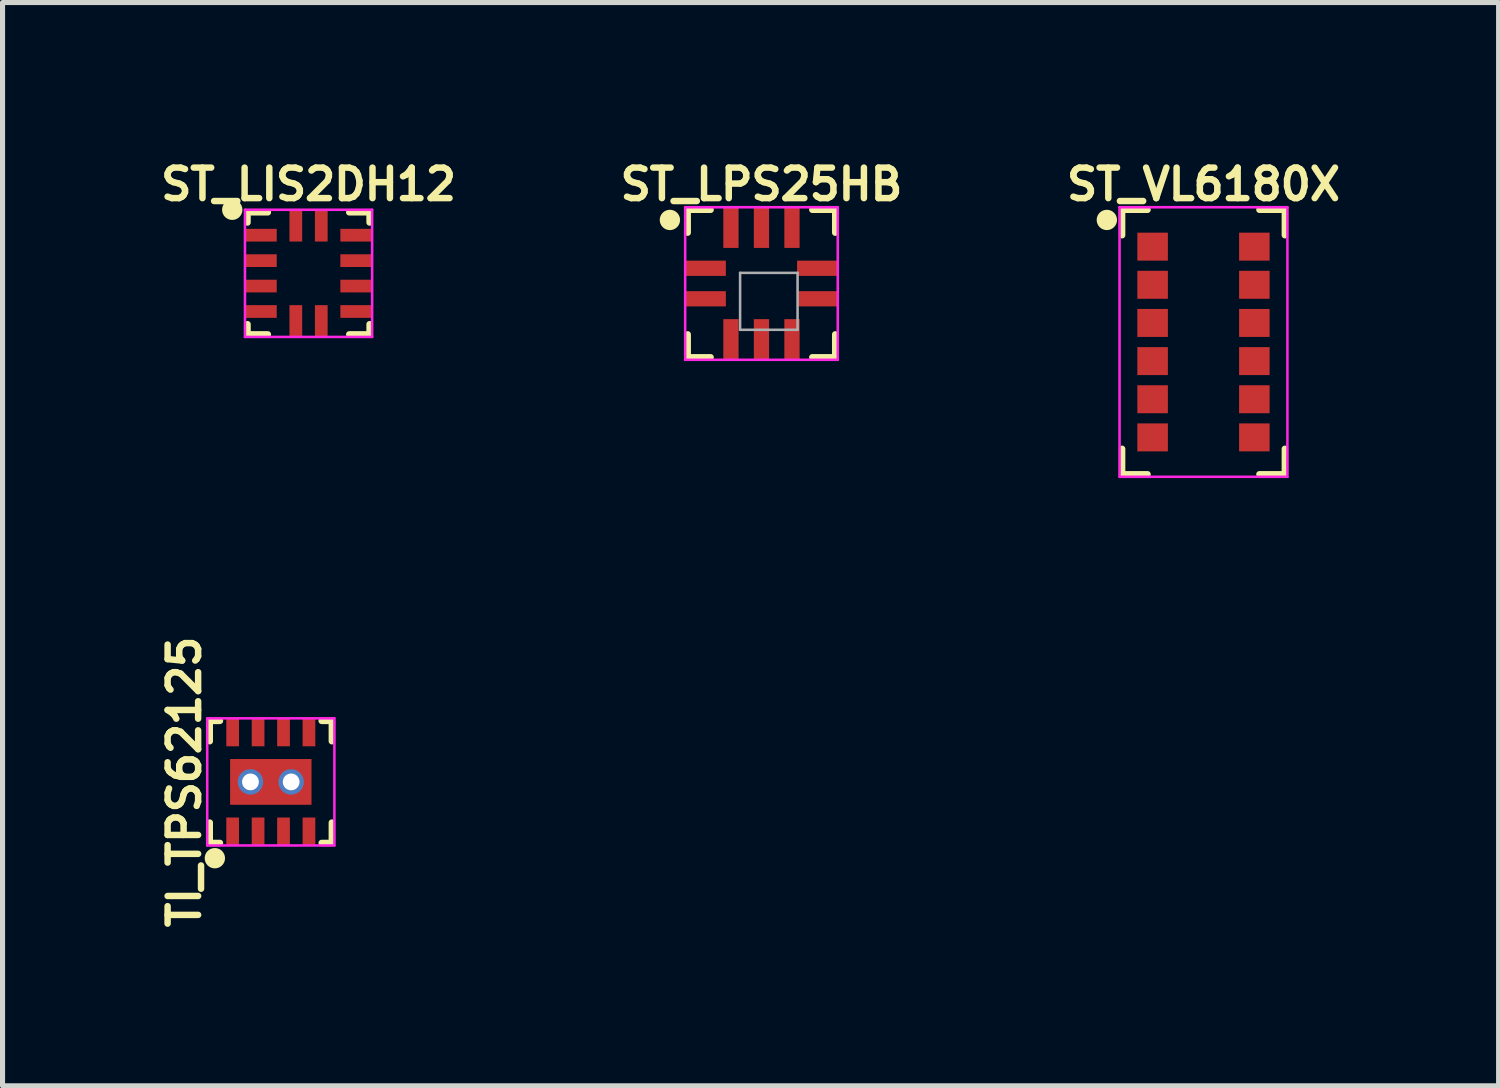
<source format=kicad_pcb>
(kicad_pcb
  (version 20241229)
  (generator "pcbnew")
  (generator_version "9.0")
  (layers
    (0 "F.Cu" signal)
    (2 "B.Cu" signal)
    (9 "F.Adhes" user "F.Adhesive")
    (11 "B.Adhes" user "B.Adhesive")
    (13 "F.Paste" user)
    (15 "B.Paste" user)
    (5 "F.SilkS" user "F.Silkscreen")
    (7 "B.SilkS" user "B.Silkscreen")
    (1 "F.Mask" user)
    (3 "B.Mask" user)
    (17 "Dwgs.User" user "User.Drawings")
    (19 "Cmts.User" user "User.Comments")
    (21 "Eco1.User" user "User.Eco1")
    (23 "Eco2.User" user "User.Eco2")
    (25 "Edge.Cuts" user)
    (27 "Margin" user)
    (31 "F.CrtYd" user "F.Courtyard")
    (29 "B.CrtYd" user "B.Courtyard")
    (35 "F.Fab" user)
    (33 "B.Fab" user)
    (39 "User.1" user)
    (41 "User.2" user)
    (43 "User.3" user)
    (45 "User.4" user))
  (footprint "ST_VL6180X"
    (layer "F.Cu")
    (at 20.61 3.674)
    (property "Reference" "ST_VL6180X" (at 0 -3.1 0) (layer "F.SilkS") (effects (font (size 0.6 0.6) (thickness 0.127))))
    (attr smd)
    (fp_line (start -1.6 -2.6) (end -1.6 -2.1) (stroke (width 0.127) (type solid)) (layer "F.SilkS"))
    (fp_line (start -1.6 2.1) (end -1.6 2.6) (stroke (width 0.127) (type solid)) (layer "F.SilkS"))
    (fp_line (start -1.6 2.6) (end -1.1 2.6) (stroke (width 0.127) (type solid)) (layer "F.SilkS"))
    (fp_line (start -1.1 -2.6) (end -1.6 -2.6) (stroke (width 0.127) (type solid)) (layer "F.SilkS"))
    (fp_line (start 1.1 -2.6) (end 1.6 -2.6) (stroke (width 0.127) (type solid)) (layer "F.SilkS"))
    (fp_line (start 1.1 2.6) (end 1.6 2.6) (stroke (width 0.127) (type solid)) (layer "F.SilkS"))
    (fp_line (start 1.6 -2.6) (end 1.6 -2.1) (stroke (width 0.127) (type solid)) (layer "F.SilkS"))
    (fp_line (start 1.6 2.6) (end 1.6 2.1) (stroke (width 0.127) (type solid)) (layer "F.SilkS"))
    (fp_circle (center -1.9 -2.4) (end -1.8 -2.4) (stroke (width 0.2) (type solid)) (fill no) (layer "F.SilkS"))
    (fp_line (start -1.65 -2.65) (end -1.65 2.65) (stroke (width 0.05) (type solid)) (layer "F.CrtYd"))
    (fp_line (start -1.65 -2.65) (end 1.65 -2.65) (stroke (width 0.05) (type solid)) (layer "F.CrtYd"))
    (fp_line (start -1.65 2.65) (end 1.65 2.65) (stroke (width 0.05) (type solid)) (layer "F.CrtYd"))
    (fp_line (start 1.65 2.65) (end 1.65 -2.65) (stroke (width 0.05) (type solid)) (layer "F.CrtYd"))
    (pad "1" smd rect (at -1 -1.875) (size 0.6 0.55) (layers "F.Cu" "F.Mask" "F.Paste"))
    (pad "2" smd rect (at -1 -1.125) (size 0.6 0.55) (layers "F.Cu" "F.Mask" "F.Paste"))
    (pad "3" smd rect (at -1 -0.375) (size 0.6 0.55) (layers "F.Cu" "F.Mask" "F.Paste"))
    (pad "4" smd rect (at -1 0.375) (size 0.6 0.55) (layers "F.Cu" "F.Mask" "F.Paste"))
    (pad "5" smd rect (at -1 1.125) (size 0.6 0.55) (layers "F.Cu" "F.Mask" "F.Paste"))
    (pad "6" smd rect (at -1 1.875) (size 0.6 0.55) (layers "F.Cu" "F.Mask" "F.Paste"))
    (pad "7" smd rect (at 1 1.875) (size 0.6 0.55) (layers "F.Cu" "F.Mask" "F.Paste"))
    (pad "8" smd rect (at 1 1.125) (size 0.6 0.55) (layers "F.Cu" "F.Mask" "F.Paste"))
    (pad "9" smd rect (at 1 0.375) (size 0.6 0.55) (layers "F.Cu" "F.Mask" "F.Paste"))
    (pad "10" smd rect (at 1 -0.375) (size 0.6 0.55) (layers "F.Cu" "F.Mask" "F.Paste"))
    (pad "11" smd rect (at 1 -1.125) (size 0.6 0.55) (layers "F.Cu" "F.Mask" "F.Paste"))
    (pad "12" smd rect (at 1 -1.875) (size 0.6 0.55) (layers "F.Cu" "F.Mask" "F.Paste")))
  (footprint "ST_LIS2DH12"
    (layer "F.Cu")
    (at 3.016 2.324)
    (property "Reference" "ST_LIS2DH12" (at 0 -1.75 0) (layer "F.SilkS") (effects (font (size 0.6 0.6) (thickness 0.127))))
    (attr smd)
    (fp_line (start -1.2 -1.2) (end -1.2 -1) (stroke (width 0.127) (type solid)) (layer "F.SilkS"))
    (fp_line (start -1.2 -1.2) (end -0.8 -1.2) (stroke (width 0.127) (type solid)) (layer "F.SilkS"))
    (fp_line (start -1.2 1) (end -1.2 1.2) (stroke (width 0.127) (type solid)) (layer "F.SilkS"))
    (fp_line (start -1.2 1.2) (end -0.8 1.2) (stroke (width 0.127) (type solid)) (layer "F.SilkS"))
    (fp_line (start 0.8 -1.2) (end 1.2 -1.2) (stroke (width 0.127) (type solid)) (layer "F.SilkS"))
    (fp_line (start 0.8 1.2) (end 1.2 1.2) (stroke (width 0.127) (type solid)) (layer "F.SilkS"))
    (fp_line (start 1.2 -1.2) (end 1.2 -1) (stroke (width 0.127) (type solid)) (layer "F.SilkS"))
    (fp_line (start 1.2 1.2) (end 1.2 1) (stroke (width 0.127) (type solid)) (layer "F.SilkS"))
    (fp_circle (center -1.5 -1.25) (end -1.6 -1.25) (stroke (width 0.2) (type solid)) (fill no) (layer "F.SilkS"))
    (fp_line (start -1.25 -1.25) (end 1.25 -1.25) (stroke (width 0.05) (type solid)) (layer "F.CrtYd"))
    (fp_line (start -1.25 1.25) (end -1.25 -1.25) (stroke (width 0.05) (type solid)) (layer "F.CrtYd"))
    (fp_line (start 1.25 -1.25) (end 1.25 1.25) (stroke (width 0.05) (type solid)) (layer "F.CrtYd"))
    (fp_line (start 1.25 1.25) (end -1.25 1.25) (stroke (width 0.05) (type solid)) (layer "F.CrtYd"))
    (pad "1" smd rect (at -0.938 -0.75) (size 0.625 0.25) (layers "F.Cu" "F.Mask" "F.Paste"))
    (pad "2" smd rect (at -0.938 -0.25) (size 0.625 0.25) (layers "F.Cu" "F.Mask" "F.Paste"))
    (pad "3" smd rect (at -0.938 0.25) (size 0.625 0.25) (layers "F.Cu" "F.Mask" "F.Paste"))
    (pad "4" smd rect (at -0.938 0.75) (size 0.625 0.25) (layers "F.Cu" "F.Mask" "F.Paste"))
    (pad "5" smd rect (at -0.25 0.938 90) (size 0.625 0.25) (layers "F.Cu" "F.Mask" "F.Paste"))
    (pad "6" smd rect (at 0.25 0.938 90) (size 0.625 0.25) (layers "F.Cu" "F.Mask" "F.Paste"))
    (pad "7" smd rect (at 0.938 0.75) (size 0.625 0.25) (layers "F.Cu" "F.Mask" "F.Paste"))
    (pad "8" smd rect (at 0.938 0.25) (size 0.625 0.25) (layers "F.Cu" "F.Mask" "F.Paste"))
    (pad "9" smd rect (at 0.938 -0.25) (size 0.625 0.25) (layers "F.Cu" "F.Mask" "F.Paste"))
    (pad "10" smd rect (at 0.938 -0.75) (size 0.625 0.25) (layers "F.Cu" "F.Mask" "F.Paste"))
    (pad "11" smd rect (at 0.25 -0.938 90) (size 0.625 0.25) (layers "F.Cu" "F.Mask" "F.Paste"))
    (pad "12" smd rect (at -0.25 -0.938 90) (size 0.625 0.25) (layers "F.Cu" "F.Mask" "F.Paste")))
  (footprint "ST_LPS25HB"
    (layer "F.Cu")
    (at 11.92 2.524)
    (property "Reference" "ST_LPS25HB" (at 0 -1.95 0) (layer "F.SilkS") (effects (font (size 0.6 0.6) (thickness 0.127))))
    (attr smd)
    (fp_line (start -1.45 -1.45) (end -1.45 -1) (stroke (width 0.127) (type solid)) (layer "F.SilkS"))
    (fp_line (start -1.45 1.45) (end -1.45 1) (stroke (width 0.127) (type solid)) (layer "F.SilkS"))
    (fp_line (start -1 -1.45) (end -1.45 -1.45) (stroke (width 0.127) (type solid)) (layer "F.SilkS"))
    (fp_line (start -1 1.45) (end -1.45 1.45) (stroke (width 0.127) (type solid)) (layer "F.SilkS"))
    (fp_line (start 1 -1.45) (end 1.45 -1.45) (stroke (width 0.127) (type solid)) (layer "F.SilkS"))
    (fp_line (start 1.45 -1.45) (end 1.45 -1) (stroke (width 0.127) (type solid)) (layer "F.SilkS"))
    (fp_line (start 1.45 1) (end 1.45 1.45) (stroke (width 0.127) (type solid)) (layer "F.SilkS"))
    (fp_line (start 1.45 1.45) (end 1 1.45) (stroke (width 0.127) (type solid)) (layer "F.SilkS"))
    (fp_circle (center -1.8 -1.25) (end -1.9 -1.25) (stroke (width 0.2) (type solid)) (fill no) (layer "F.SilkS"))
    (fp_line (start -1.5 -1.5) (end 1.5 -1.5) (stroke (width 0.05) (type solid)) (layer "F.CrtYd"))
    (fp_line (start -1.5 1.5) (end -1.5 -1.5) (stroke (width 0.05) (type solid)) (layer "F.CrtYd"))
    (fp_line (start 1.5 -1.5) (end 1.5 1.5) (stroke (width 0.05) (type solid)) (layer "F.CrtYd"))
    (fp_line (start 1.5 1.5) (end -1.5 1.5) (stroke (width 0.05) (type solid)) (layer "F.CrtYd"))
    (fp_line (start -0.42 -0.21) (end 0.71 -0.21) (stroke (width 0.05) (type solid)) (layer "F.Fab"))
    (fp_line (start -0.42 0.91) (end -0.42 -0.21) (stroke (width 0.05) (type solid)) (layer "F.Fab"))
    (fp_line (start -0.42 0.91) (end 0.71 0.91) (stroke (width 0.05) (type solid)) (layer "F.Fab"))
    (fp_line (start 0.71 -0.21) (end 0.71 0.91) (stroke (width 0.05) (type solid)) (layer "F.Fab"))
    (pad "1" smd rect (at -1.1 -0.3) (size 0.8 0.3) (layers "F.Cu" "F.Mask" "F.Paste"))
    (pad "2" smd rect (at -1.1 0.3) (size 0.8 0.3) (layers "F.Cu" "F.Mask" "F.Paste"))
    (pad "3" smd rect (at -0.6 1.1 90) (size 0.8 0.3) (layers "F.Cu" "F.Mask" "F.Paste"))
    (pad "4" smd rect (at 0 1.1 90) (size 0.8 0.3) (layers "F.Cu" "F.Mask" "F.Paste"))
    (pad "5" smd rect (at 0.6 1.1 90) (size 0.8 0.3) (layers "F.Cu" "F.Mask" "F.Paste"))
    (pad "6" smd rect (at 1.1 0.3) (size 0.8 0.3) (layers "F.Cu" "F.Mask" "F.Paste"))
    (pad "7" smd rect (at 1.1 -0.3) (size 0.8 0.3) (layers "F.Cu" "F.Mask" "F.Paste"))
    (pad "8" smd rect (at 0.6 -1.1 90) (size 0.8 0.3) (layers "F.Cu" "F.Mask" "F.Paste"))
    (pad "9" smd rect (at 0 -1.1 90) (size 0.8 0.3) (layers "F.Cu" "F.Mask" "F.Paste"))
    (pad "10" smd rect (at -0.6 -1.1 90) (size 0.8 0.3) (layers "F.Cu" "F.Mask" "F.Paste")))
  (footprint "TI_TPS62125"
    (layer "F.Cu")
    (at 2.274 12.322)
    (property "Reference" "TI_TPS62125" (at -1.7 0 90) (layer "F.SilkS") (effects (font (size 0.6 0.6) (thickness 0.127))))
    (attr smd)
    (fp_line (start -1.2 -1.2) (end -1.2 -0.8) (stroke (width 0.127) (type solid)) (layer "F.SilkS"))
    (fp_line (start -1.2 -1.2) (end -1 -1.2) (stroke (width 0.127) (type solid)) (layer "F.SilkS"))
    (fp_line (start -1.2 1.2) (end -1.2 0.8) (stroke (width 0.127) (type solid)) (layer "F.SilkS"))
    (fp_line (start -1 1.2) (end -1.2 1.2) (stroke (width 0.127) (type solid)) (layer "F.SilkS"))
    (fp_line (start 1 -1.2) (end 1.2 -1.2) (stroke (width 0.127) (type solid)) (layer "F.SilkS"))
    (fp_line (start 1 1.2) (end 1.2 1.2) (stroke (width 0.127) (type solid)) (layer "F.SilkS"))
    (fp_line (start 1.2 -1.2) (end 1.2 -0.8) (stroke (width 0.127) (type solid)) (layer "F.SilkS"))
    (fp_line (start 1.2 1.2) (end 1.2 0.8) (stroke (width 0.127) (type solid)) (layer "F.SilkS"))
    (fp_circle (center -1.1 1.5) (end -1.1 1.6) (stroke (width 0.2) (type solid)) (fill no) (layer "F.SilkS"))
    (fp_line (start -1.25 -1.25) (end 1.25 -1.25) (stroke (width 0.05) (type solid)) (layer "F.CrtYd"))
    (fp_line (start -1.25 1.25) (end -1.25 -1.25) (stroke (width 0.05) (type solid)) (layer "F.CrtYd"))
    (fp_line (start 1.25 -1.25) (end 1.25 1.25) (stroke (width 0.05) (type solid)) (layer "F.CrtYd"))
    (fp_line (start 1.25 1.25) (end -1.25 1.25) (stroke (width 0.05) (type solid)) (layer "F.CrtYd"))
    (pad "1" smd rect (at -0.75 0.975) (size 0.25 0.55) (layers "F.Cu" "F.Mask" "F.Paste"))
    (pad "2" smd rect (at -0.25 0.975) (size 0.25 0.55) (layers "F.Cu" "F.Mask" "F.Paste"))
    (pad "3" smd rect (at 0.25 0.975) (size 0.25 0.55) (layers "F.Cu" "F.Mask" "F.Paste"))
    (pad "4" smd rect (at 0.75 0.975) (size 0.25 0.55) (layers "F.Cu" "F.Mask" "F.Paste"))
    (pad "5" smd rect (at 0.75 -0.975) (size 0.25 0.55) (layers "F.Cu" "F.Mask" "F.Paste"))
    (pad "6" smd rect (at 0.25 -0.975) (size 0.25 0.55) (layers "F.Cu" "F.Mask" "F.Paste"))
    (pad "7" smd rect (at -0.25 -0.975) (size 0.25 0.55) (layers "F.Cu" "F.Mask" "F.Paste"))
    (pad "8" smd rect (at -0.75 -0.975) (size 0.25 0.55) (layers "F.Cu" "F.Mask" "F.Paste"))
    (pad "9" thru_hole circle (at -0.4 0) (size 0.5 0.5) (drill 0.33) (layers "*.Cu"))
    (pad "9" smd rect (at 0 0) (size 1.6 0.9) (layers "F.Cu" "F.Mask" "F.Paste"))
    (pad "9" thru_hole circle (at 0.4 0) (size 0.5 0.5) (drill 0.33) (layers "*.Cu")))
  (gr_rect
    (start -3 -3)
    (end 26.412 18.296)
    (stroke (width 0.1) (type default))
    (fill no)
    (layer "Edge.Cuts")))
</source>
